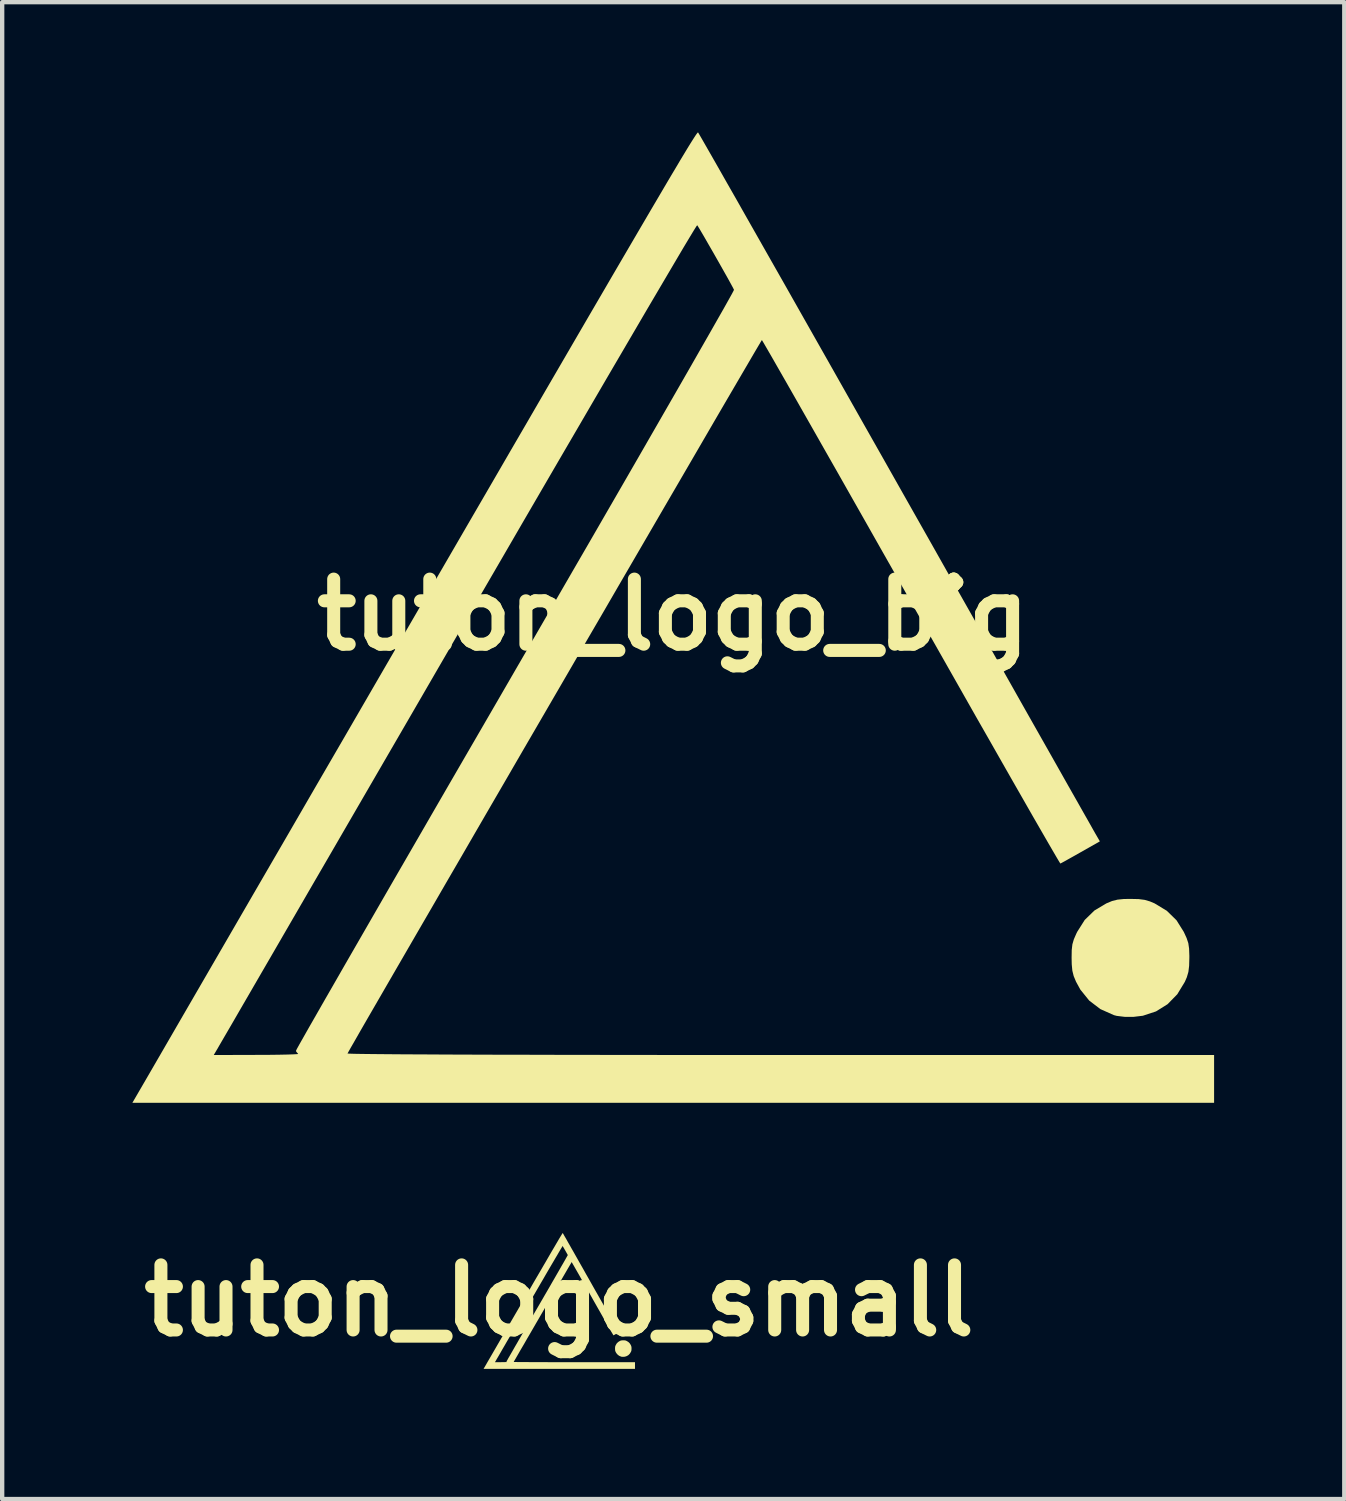
<source format=kicad_pcb>
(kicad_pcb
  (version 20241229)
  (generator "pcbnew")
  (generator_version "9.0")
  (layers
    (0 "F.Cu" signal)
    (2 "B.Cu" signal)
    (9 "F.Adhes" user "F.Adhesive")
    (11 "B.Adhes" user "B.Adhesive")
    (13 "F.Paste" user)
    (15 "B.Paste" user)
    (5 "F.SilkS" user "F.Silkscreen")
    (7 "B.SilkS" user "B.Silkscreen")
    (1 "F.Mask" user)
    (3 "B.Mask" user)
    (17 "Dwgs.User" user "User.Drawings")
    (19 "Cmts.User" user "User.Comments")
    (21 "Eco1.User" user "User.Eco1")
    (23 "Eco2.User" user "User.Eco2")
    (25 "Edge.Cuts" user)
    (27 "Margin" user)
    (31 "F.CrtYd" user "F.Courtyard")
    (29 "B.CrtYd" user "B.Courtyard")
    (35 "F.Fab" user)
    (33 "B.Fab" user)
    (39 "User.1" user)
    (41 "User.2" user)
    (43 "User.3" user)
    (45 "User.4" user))
  (footprint "tuton_logo_small"
    (layer "F.Cu")
    (at 9.836 26.916)
    (property "Reference" "tuton_logo_small" (at 0 0 0) (layer "F.SilkS") (effects (font (size 1.5 1.5) (thickness 0.3))))
    (attr board_only exclude_from_pos_files exclude_from_bom)
    (fp_poly (pts (xy 1.501 0.917) (xy 1.521 0.919) (xy 1.538 0.925) (xy 1.553 0.931) (xy 1.592 0.955) (xy 1.623 0.985) (xy 1.647 1.023) (xy 1.656 1.043) (xy 1.661 1.059) (xy 1.664 1.077) (xy 1.665 1.1) (xy 1.665 1.106) (xy 1.664 1.132) (xy 1.662 1.152) (xy 1.657 1.169) (xy 1.65 1.184) (xy 1.626 1.224) (xy 1.595 1.256) (xy 1.557 1.279) (xy 1.515 1.293) (xy 1.484 1.297) (xy 1.456 1.297) (xy 1.431 1.294) (xy 1.422 1.291) (xy 1.378 1.272) (xy 1.342 1.244) (xy 1.313 1.209) (xy 1.299 1.184) (xy 1.292 1.165) (xy 1.287 1.148) (xy 1.286 1.127) (xy 1.285 1.106) (xy 1.286 1.081) (xy 1.288 1.063) (xy 1.292 1.047) (xy 1.301 1.028) (xy 1.303 1.023) (xy 1.327 0.984) (xy 1.359 0.954) (xy 1.397 0.931) (xy 1.416 0.923) (xy 1.433 0.919) (xy 1.454 0.917) (xy 1.475 0.916)) (stroke (width 0) (type solid)) (fill yes) (layer "F.SilkS"))
    (fp_poly (pts (xy 0.08 -1.556) (xy 0.084 -1.55) (xy 0.092 -1.536) (xy 0.105 -1.513) (xy 0.123 -1.481) (xy 0.146 -1.442) (xy 0.173 -1.395) (xy 0.203 -1.341) (xy 0.238 -1.28) (xy 0.275 -1.214) (xy 0.317 -1.141) (xy 0.361 -1.063) (xy 0.408 -0.98) (xy 0.457 -0.893) (xy 0.509 -0.802) (xy 0.563 -0.707) (xy 0.618 -0.608) (xy 0.676 -0.507) (xy 0.718 -0.432) (xy 0.776 -0.329) (xy 0.833 -0.228) (xy 0.889 -0.13) (xy 0.942 -0.036) (xy 0.994 0.055) (xy 1.043 0.142) (xy 1.09 0.225) (xy 1.133 0.302) (xy 1.174 0.374) (xy 1.212 0.44) (xy 1.245 0.5) (xy 1.276 0.553) (xy 1.302 0.6) (xy 1.323 0.638) (xy 1.341 0.669) (xy 1.353 0.691) (xy 1.361 0.704) (xy 1.363 0.708) (xy 1.376 0.731) (xy 1.314 0.766) (xy 1.291 0.779) (xy 1.271 0.79) (xy 1.257 0.798) (xy 1.249 0.802) (xy 1.249 0.802) (xy 1.246 0.798) (xy 1.238 0.784) (xy 1.225 0.762) (xy 1.207 0.732) (xy 1.185 0.693) (xy 1.159 0.648) (xy 1.129 0.596) (xy 1.096 0.538) (xy 1.06 0.474) (xy 1.02 0.405) (xy 0.978 0.331) (xy 0.934 0.253) (xy 0.887 0.171) (xy 0.839 0.086) (xy 0.789 -0.002) (xy 0.767 -0.041) (xy 0.717 -0.13) (xy 0.668 -0.217) (xy 0.62 -0.3) (xy 0.575 -0.38) (xy 0.532 -0.456) (xy 0.491 -0.528) (xy 0.454 -0.594) (xy 0.419 -0.655) (xy 0.388 -0.709) (xy 0.36 -0.758) (xy 0.337 -0.799) (xy 0.317 -0.833) (xy 0.302 -0.859) (xy 0.292 -0.877) (xy 0.287 -0.885) (xy 0.286 -0.886) (xy 0.283 -0.881) (xy 0.275 -0.868) (xy 0.262 -0.845) (xy 0.244 -0.815) (xy 0.222 -0.777) (xy 0.196 -0.733) (xy 0.166 -0.681) (xy 0.133 -0.624) (xy 0.096 -0.561) (xy 0.057 -0.493) (xy 0.014 -0.421) (xy -0.03 -0.344) (xy -0.076 -0.265) (xy -0.125 -0.182) (xy -0.174 -0.096) (xy -0.225 -0.009) (xy -0.277 0.08) (xy -0.329 0.17) (xy -0.382 0.261) (xy -0.435 0.352) (xy -0.487 0.442) (xy -0.539 0.531) (xy -0.589 0.618) (xy -0.639 0.704) (xy -0.687 0.787) (xy -0.734 0.867) (xy -0.778 0.944) (xy -0.82 1.017) (xy -0.86 1.085) (xy -0.897 1.148) (xy -0.93 1.206) (xy -0.96 1.258) (xy -0.986 1.303) (xy -1.008 1.342) (xy -1.026 1.372) (xy -1.039 1.395) (xy -1.047 1.41) (xy -1.05 1.415) (xy -1.045 1.416) (xy -1.029 1.416) (xy -1.003 1.416) (xy -0.967 1.417) (xy -0.921 1.417) (xy -0.866 1.418) (xy -0.802 1.418) (xy -0.73 1.418) (xy -0.649 1.419) (xy -0.56 1.419) (xy -0.464 1.419) (xy -0.361 1.419) (xy -0.251 1.42) (xy -0.135 1.42) (xy -0.012 1.42) (xy 0.116 1.42) (xy 0.25 1.42) (xy 0.346 1.42) (xy 1.745 1.42) (xy 1.745 1.497) (xy 1.745 1.574) (xy 0.000317 1.574) (xy -1.744 1.574) (xy -1.693 1.487) (xy -1.655 1.42) (xy -1.482 1.42) (xy -1.342 1.42) (xy -1.305 1.419) (xy -1.272 1.419) (xy -1.244 1.418) (xy -1.224 1.418) (xy -1.212 1.417) (xy -1.209 1.416) (xy -1.216 1.409) (xy -1.216 1.406) (xy -1.214 1.4) (xy -1.206 1.386) (xy -1.192 1.363) (xy -1.175 1.331) (xy -1.152 1.292) (xy -1.125 1.245) (xy -1.094 1.191) (xy -1.059 1.13) (xy -1.021 1.063) (xy -0.978 0.99) (xy -0.933 0.911) (xy -0.885 0.828) (xy -0.834 0.739) (xy -0.78 0.647) (xy -0.724 0.55) (xy -0.667 0.45) (xy -0.607 0.347) (xy -0.546 0.241) (xy -0.509 0.178) (xy -0.447 0.071) (xy -0.386 -0.034) (xy -0.327 -0.136) (xy -0.27 -0.234) (xy -0.215 -0.329) (xy -0.163 -0.42) (xy -0.113 -0.506) (xy -0.066 -0.588) (xy -0.022 -0.664) (xy 0.018 -0.734) (xy 0.055 -0.799) (xy 0.089 -0.857) (xy 0.118 -0.908) (xy 0.143 -0.952) (xy 0.163 -0.988) (xy 0.179 -1.016) (xy 0.19 -1.035) (xy 0.195 -1.046) (xy 0.196 -1.048) (xy 0.193 -1.055) (xy 0.185 -1.07) (xy 0.173 -1.091) (xy 0.159 -1.116) (xy 0.144 -1.143) (xy 0.128 -1.17) (xy 0.113 -1.197) (xy 0.099 -1.22) (xy 0.088 -1.239) (xy 0.08 -1.252) (xy 0.078 -1.256) (xy 0.074 -1.252) (xy 0.066 -1.239) (xy 0.053 -1.216) (xy 0.034 -1.186) (xy 0.011 -1.147) (xy -0.016 -1.101) (xy -0.047 -1.047) (xy -0.083 -0.987) (xy -0.122 -0.92) (xy -0.165 -0.847) (xy -0.211 -0.769) (xy -0.26 -0.685) (xy -0.312 -0.596) (xy -0.366 -0.502) (xy -0.423 -0.405) (xy -0.482 -0.303) (xy -0.543 -0.198) (xy -0.606 -0.09) (xy -0.67 0.02) (xy -0.694 0.062) (xy -0.759 0.173) (xy -0.822 0.283) (xy -0.884 0.39) (xy -0.944 0.493) (xy -1.002 0.593) (xy -1.057 0.689) (xy -1.111 0.781) (xy -1.161 0.868) (xy -1.209 0.949) (xy -1.253 1.026) (xy -1.294 1.096) (xy -1.331 1.16) (xy -1.364 1.218) (xy -1.393 1.268) (xy -1.418 1.311) (xy -1.439 1.346) (xy -1.454 1.373) (xy -1.465 1.392) (xy -1.471 1.401) (xy -1.471 1.402) (xy -1.482 1.42) (xy -1.655 1.42) (xy -1.574 1.281) (xy -1.46 1.084) (xy -1.352 0.897) (xy -1.248 0.718) (xy -1.15 0.549) (xy -1.056 0.387) (xy -0.967 0.234) (xy -0.883 0.089) (xy -0.804 -0.048) (xy -0.728 -0.178) (xy -0.657 -0.3) (xy -0.591 -0.415) (xy -0.528 -0.523) (xy -0.469 -0.624) (xy -0.414 -0.718) (xy -0.363 -0.806) (xy -0.315 -0.888) (xy -0.271 -0.964) (xy -0.23 -1.035) (xy -0.193 -1.099) (xy -0.158 -1.159) (xy -0.126 -1.213) (xy -0.097 -1.262) (xy -0.071 -1.307) (xy -0.047 -1.347) (xy -0.026 -1.383) (xy -0.008 -1.415) (xy 0.009 -1.443) (xy 0.024 -1.467) (xy 0.036 -1.488) (xy 0.047 -1.505) (xy 0.056 -1.52) (xy 0.063 -1.532) (xy 0.069 -1.541) (xy 0.074 -1.548) (xy 0.077 -1.552) (xy 0.079 -1.555) (xy 0.08 -1.556)) (stroke (width 0) (type solid)) (fill yes) (layer "F.SilkS")))
  (footprint "tuton_logo_big"
    (layer "F.Cu")
    (at 12.46 11.115)
    (property "Reference" "tuton_logo_big" (at 0 0 0) (layer "F.SilkS") (effects (font (size 1.5 1.5) (thickness 0.3))))
    (attr board_only exclude_from_pos_files exclude_from_bom)
    (fp_poly (pts (xy 10.724 6.551) (xy 10.864 6.569) (xy 10.987 6.605) (xy 11.093 6.65) (xy 11.374 6.82) (xy 11.598 7.039) (xy 11.766 7.307) (xy 11.831 7.449) (xy 11.87 7.566) (xy 11.888 7.691) (xy 11.894 7.855) (xy 11.894 7.902) (xy 11.889 8.089) (xy 11.872 8.229) (xy 11.836 8.352) (xy 11.79 8.458) (xy 11.616 8.744) (xy 11.392 8.973) (xy 11.126 9.139) (xy 10.823 9.239) (xy 10.605 9.265) (xy 10.4 9.264) (xy 10.221 9.242) (xy 10.156 9.225) (xy 9.844 9.086) (xy 9.587 8.89) (xy 9.382 8.636) (xy 9.283 8.455) (xy 9.229 8.325) (xy 9.198 8.201) (xy 9.184 8.053) (xy 9.181 7.902) (xy 9.184 7.724) (xy 9.199 7.593) (xy 9.233 7.477) (xy 9.291 7.344) (xy 9.309 7.307) (xy 9.483 7.032) (xy 9.707 6.814) (xy 9.982 6.65) (xy 10.114 6.595) (xy 10.238 6.564) (xy 10.385 6.549) (xy 10.537 6.547)) (stroke (width 0) (type solid)) (fill yes) (layer "F.SilkS"))
    (fp_poly (pts (xy 0.574 -11.114) (xy 0.597 -11.076) (xy 0.657 -10.973) (xy 0.752 -10.807) (xy 0.881 -10.582) (xy 1.042 -10.3) (xy 1.232 -9.965) (xy 1.452 -9.58) (xy 1.697 -9.147) (xy 1.968 -8.67) (xy 2.262 -8.152) (xy 2.578 -7.596) (xy 2.913 -7.004) (xy 3.266 -6.381) (xy 3.636 -5.728) (xy 4.02 -5.049) (xy 4.417 -4.347) (xy 4.826 -3.625) (xy 5.13 -3.087) (xy 5.547 -2.35) (xy 5.954 -1.631) (xy 6.349 -0.931) (xy 6.732 -0.255) (xy 7.1 0.395) (xy 7.451 1.016) (xy 7.784 1.605) (xy 8.096 2.158) (xy 8.387 2.672) (xy 8.655 3.145) (xy 8.897 3.573) (xy 9.112 3.954) (xy 9.299 4.283) (xy 9.455 4.559) (xy 9.579 4.777) (xy 9.668 4.935) (xy 9.722 5.031) (xy 9.738 5.058) (xy 9.832 5.221) (xy 9.391 5.471) (xy 9.223 5.566) (xy 9.08 5.646) (xy 8.977 5.703) (xy 8.925 5.731) (xy 8.923 5.732) (xy 8.901 5.7) (xy 8.843 5.602) (xy 8.75 5.443) (xy 8.624 5.226) (xy 8.467 4.954) (xy 8.281 4.631) (xy 8.069 4.26) (xy 7.831 3.844) (xy 7.571 3.388) (xy 7.29 2.894) (xy 6.989 2.367) (xy 6.672 1.808) (xy 6.34 1.223) (xy 5.994 0.613) (xy 5.638 -0.016) (xy 5.481 -0.293) (xy 5.12 -0.931) (xy 4.769 -1.549) (xy 4.431 -2.146) (xy 4.107 -2.717) (xy 3.8 -3.259) (xy 3.51 -3.768) (xy 3.241 -4.242) (xy 2.994 -4.676) (xy 2.771 -5.068) (xy 2.574 -5.413) (xy 2.405 -5.708) (xy 2.266 -5.951) (xy 2.159 -6.136) (xy 2.086 -6.262) (xy 2.049 -6.324) (xy 2.045 -6.33) (xy 2.024 -6.297) (xy 1.966 -6.199) (xy 1.872 -6.04) (xy 1.746 -5.824) (xy 1.588 -5.554) (xy 1.401 -5.234) (xy 1.187 -4.868) (xy 0.948 -4.458) (xy 0.687 -4.009) (xy 0.405 -3.524) (xy 0.104 -3.007) (xy -0.214 -2.461) (xy -0.546 -1.89) (xy -0.891 -1.297) (xy -1.246 -0.687) (xy -1.609 -0.061) (xy -1.979 0.574) (xy -2.352 1.218) (xy -2.728 1.865) (xy -3.104 2.512) (xy -3.478 3.155) (xy -3.847 3.792) (xy -4.211 4.418) (xy -4.566 5.03) (xy -4.91 5.624) (xy -5.243 6.197) (xy -5.56 6.745) (xy -5.862 7.265) (xy -6.144 7.752) (xy -6.406 8.204) (xy -6.645 8.617) (xy -6.859 8.987) (xy -7.046 9.31) (xy -7.204 9.584) (xy -7.33 9.805) (xy -7.424 9.968) (xy -7.482 10.071) (xy -7.503 10.109) (xy -7.466 10.112) (xy -7.352 10.116) (xy -7.165 10.119) (xy -6.906 10.122) (xy -6.579 10.125) (xy -6.186 10.128) (xy -5.729 10.13) (xy -5.212 10.133) (xy -4.635 10.135) (xy -4.003 10.137) (xy -3.317 10.138) (xy -2.58 10.14) (xy -1.794 10.141) (xy -0.963 10.142) (xy -0.088 10.143) (xy 0.828 10.144) (xy 1.783 10.144) (xy 2.474 10.144) (xy 12.464 10.144) (xy 12.464 10.695) (xy 12.464 11.245) (xy 0.002 11.245) (xy -12.46 11.245) (xy -12.098 10.622) (xy -11.821 10.144) (xy -10.585 10.144) (xy -9.588 10.141) (xy -9.32 10.14) (xy -9.084 10.137) (xy -8.888 10.133) (xy -8.743 10.128) (xy -8.658 10.123) (xy -8.64 10.118) (xy -8.685 10.066) (xy -8.689 10.043) (xy -8.67 10.004) (xy -8.613 9.901) (xy -8.519 9.735) (xy -8.391 9.509) (xy -8.23 9.228) (xy -8.038 8.892) (xy -7.816 8.506) (xy -7.567 8.072) (xy -7.291 7.593) (xy -6.99 7.071) (xy -6.667 6.51) (xy -6.322 5.913) (xy -5.957 5.282) (xy -5.575 4.621) (xy -5.176 3.931) (xy -4.762 3.217) (xy -4.335 2.481) (xy -3.897 1.725) (xy -3.635 1.272) (xy -3.191 0.507) (xy -2.758 -0.241) (xy -2.337 -0.969) (xy -1.929 -1.673) (xy -1.538 -2.35) (xy -1.163 -2.999) (xy -0.807 -3.616) (xy -0.472 -4.198) (xy -0.159 -4.742) (xy 0.131 -5.246) (xy 0.395 -5.706) (xy 0.632 -6.121) (xy 0.841 -6.486) (xy 1.019 -6.799) (xy 1.166 -7.057) (xy 1.278 -7.257) (xy 1.356 -7.397) (xy 1.396 -7.474) (xy 1.402 -7.488) (xy 1.376 -7.54) (xy 1.319 -7.645) (xy 1.237 -7.793) (xy 1.137 -7.97) (xy 1.028 -8.163) (xy 0.915 -8.361) (xy 0.806 -8.55) (xy 0.709 -8.719) (xy 0.629 -8.855) (xy 0.575 -8.945) (xy 0.554 -8.976) (xy 0.532 -8.945) (xy 0.472 -8.849) (xy 0.376 -8.69) (xy 0.245 -8.472) (xy 0.082 -8.196) (xy -0.113 -7.865) (xy -0.338 -7.483) (xy -0.592 -7.052) (xy -0.871 -6.575) (xy -1.176 -6.054) (xy -1.505 -5.492) (xy -1.855 -4.892) (xy -2.225 -4.257) (xy -2.615 -3.589) (xy -3.021 -2.891) (xy -3.443 -2.166) (xy -3.878 -1.416) (xy -4.326 -0.645) (xy -4.785 0.146) (xy -4.956 0.441) (xy -5.419 1.239) (xy -5.872 2.021) (xy -6.314 2.783) (xy -6.743 3.522) (xy -7.157 4.236) (xy -7.555 4.922) (xy -7.934 5.576) (xy -8.295 6.197) (xy -8.634 6.782) (xy -8.95 7.327) (xy -9.242 7.831) (xy -9.508 8.289) (xy -9.746 8.7) (xy -9.955 9.06) (xy -10.133 9.368) (xy -10.279 9.619) (xy -10.391 9.811) (xy -10.467 9.942) (xy -10.505 10.009) (xy -10.51 10.016) (xy -10.585 10.144) (xy -11.821 10.144) (xy -11.246 9.151) (xy -10.432 7.747) (xy -9.656 6.408) (xy -8.916 5.133) (xy -8.213 3.919) (xy -7.544 2.767) (xy -6.91 1.673) (xy -6.309 0.637) (xy -5.74 -0.343) (xy -5.203 -1.269) (xy -4.697 -2.141) (xy -4.22 -2.962) (xy -3.773 -3.733) (xy -3.353 -4.455) (xy -2.961 -5.131) (xy -2.595 -5.76) (xy -2.254 -6.346) (xy -1.938 -6.889) (xy -1.645 -7.391) (xy -1.376 -7.853) (xy -1.128 -8.277) (xy -0.901 -8.665) (xy -0.695 -9.017) (xy -0.508 -9.336) (xy -0.339 -9.623) (xy -0.188 -9.88) (xy -0.054 -10.107) (xy 0.065 -10.306) (xy 0.168 -10.48) (xy 0.258 -10.629) (xy 0.334 -10.755) (xy 0.398 -10.859) (xy 0.451 -10.943) (xy 0.493 -11.009) (xy 0.525 -11.057) (xy 0.549 -11.09) (xy 0.564 -11.108) (xy 0.573 -11.115)) (stroke (width 0) (type solid)) (fill yes) (layer "F.SilkS")))
  (gr_rect
    (start -3 -3)
    (end 27.924 31.49)
    (stroke (width 0.1) (type default))
    (fill no)
    (layer "Edge.Cuts")))
</source>
